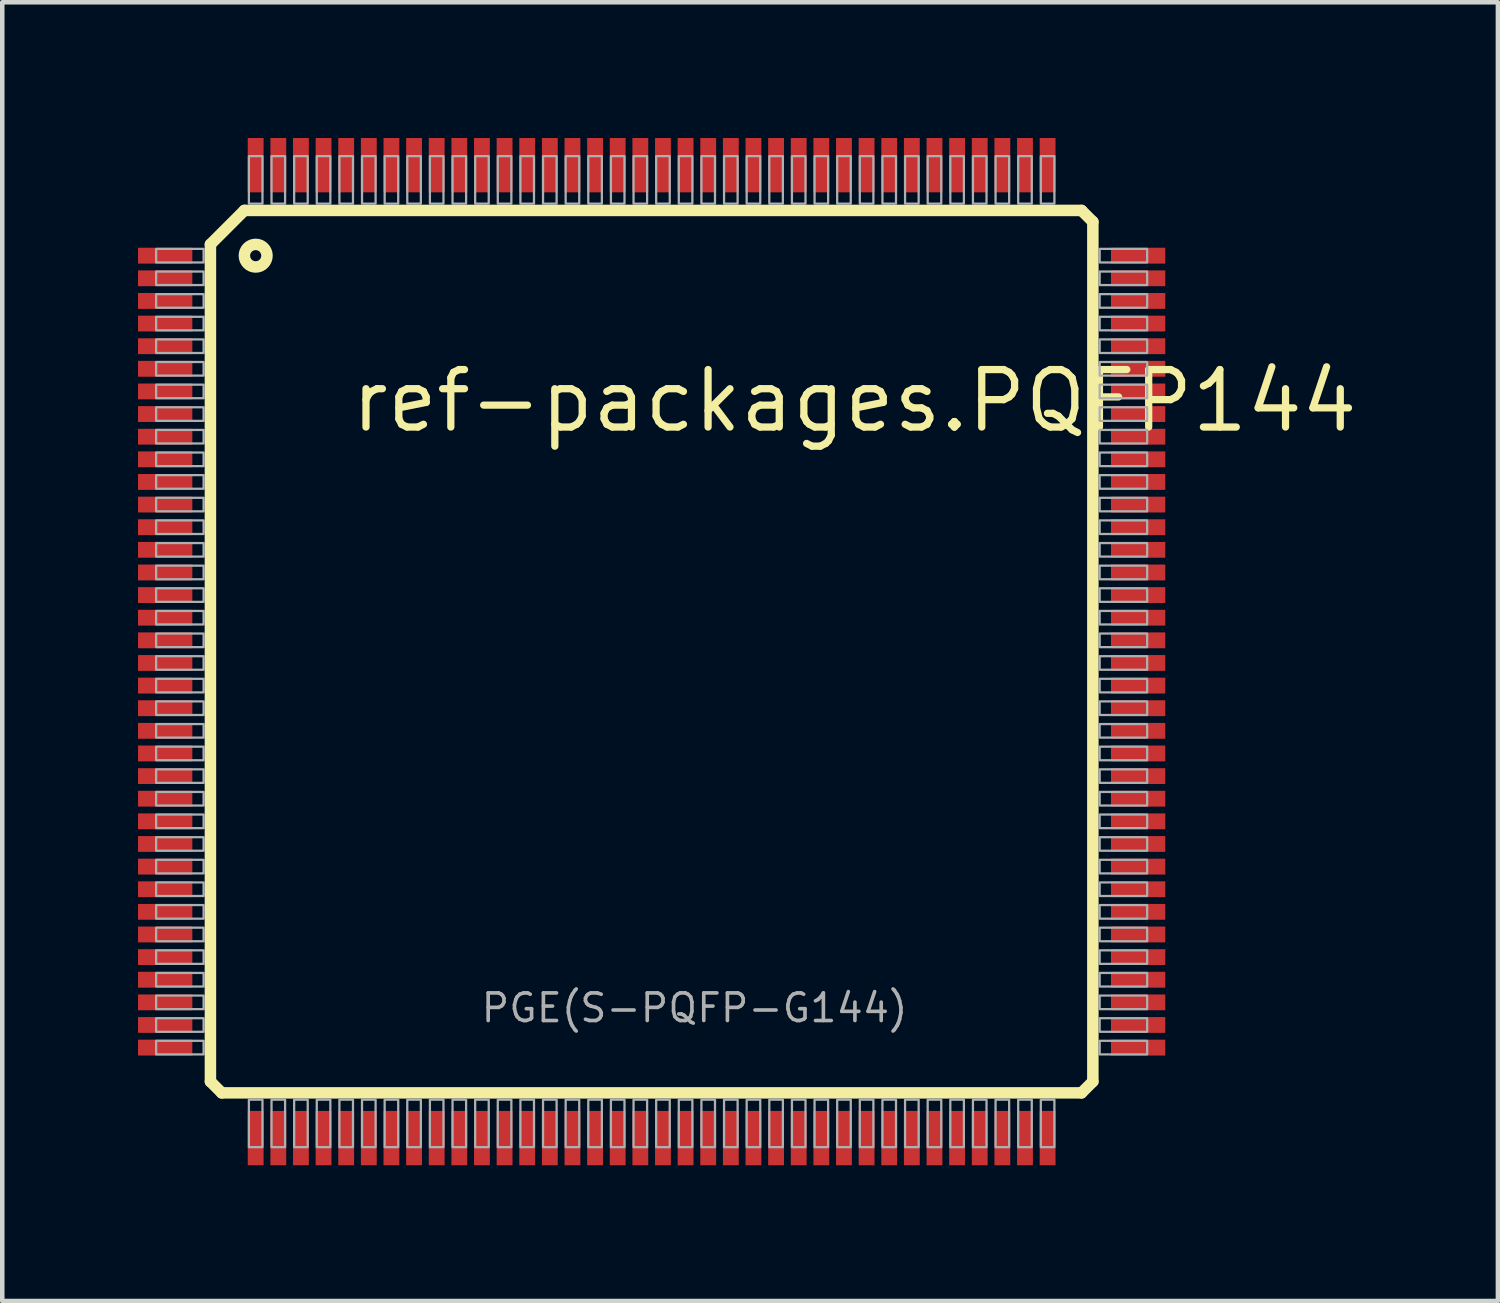
<source format=kicad_pcb>
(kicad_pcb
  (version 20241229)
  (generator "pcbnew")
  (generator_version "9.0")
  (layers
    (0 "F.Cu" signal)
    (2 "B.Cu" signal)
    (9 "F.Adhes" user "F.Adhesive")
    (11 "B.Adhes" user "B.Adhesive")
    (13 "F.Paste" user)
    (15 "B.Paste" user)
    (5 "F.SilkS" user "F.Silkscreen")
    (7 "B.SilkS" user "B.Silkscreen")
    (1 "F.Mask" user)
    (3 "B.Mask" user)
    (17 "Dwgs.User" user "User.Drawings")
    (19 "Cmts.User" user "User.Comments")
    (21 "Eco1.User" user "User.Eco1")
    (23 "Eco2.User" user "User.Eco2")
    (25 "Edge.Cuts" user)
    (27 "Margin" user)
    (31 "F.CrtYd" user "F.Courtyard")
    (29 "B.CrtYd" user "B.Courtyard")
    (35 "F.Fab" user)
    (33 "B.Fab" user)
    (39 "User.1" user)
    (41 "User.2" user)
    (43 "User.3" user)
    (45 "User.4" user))
  (footprint "ref-packages.PQFP144"
    (layer "F.Cu")
    (at 11.35 11.35)
    (property "Reference" "ref-packages.PQFP144" (at -6.72 -4.8 0) (layer "F.SilkS") (effects (font (size 1.27 1.27) (thickness 0.16)) (justify left bottom)))
    (attr smd)
    (fp_line (start -9.75 -9) (end -9 -9.75) (stroke (width 0.254) (type default)) (layer "F.SilkS"))
    (fp_line (start -9.75 9.5) (end -9.75 -9) (stroke (width 0.254) (type default)) (layer "F.SilkS"))
    (fp_line (start -9.5 9.75) (end -9.75 9.5) (stroke (width 0.254) (type default)) (layer "F.SilkS"))
    (fp_line (start -9 -9.75) (end 9.5 -9.75) (stroke (width 0.254) (type default)) (layer "F.SilkS"))
    (fp_line (start 9.5 -9.75) (end 9.75 -9.5) (stroke (width 0.254) (type default)) (layer "F.SilkS"))
    (fp_line (start 9.5 9.75) (end -9.5 9.75) (stroke (width 0.254) (type default)) (layer "F.SilkS"))
    (fp_line (start 9.75 -9.5) (end 9.75 9.5) (stroke (width 0.254) (type default)) (layer "F.SilkS"))
    (fp_line (start 9.75 9.5) (end 9.5 9.75) (stroke (width 0.254) (type default)) (layer "F.SilkS"))
    (fp_circle (center -8.75 -8.75) (end -8.5 -8.75) (stroke (width 0.254) (type default)) (fill no) (layer "F.SilkS"))
    (fp_rect (start -10.95 -8.6) (end -9.9 -8.9) (stroke (width 0.05) (type default)) (fill no) (layer "F.Fab"))
    (fp_rect (start -10.95 -8.1) (end -9.9 -8.4) (stroke (width 0.05) (type default)) (fill no) (layer "F.Fab"))
    (fp_rect (start -10.95 -7.6) (end -9.9 -7.9) (stroke (width 0.05) (type default)) (fill no) (layer "F.Fab"))
    (fp_rect (start -10.95 -7.1) (end -9.9 -7.4) (stroke (width 0.05) (type default)) (fill no) (layer "F.Fab"))
    (fp_rect (start -10.95 -6.6) (end -9.9 -6.9) (stroke (width 0.05) (type default)) (fill no) (layer "F.Fab"))
    (fp_rect (start -10.95 -6.1) (end -9.9 -6.4) (stroke (width 0.05) (type default)) (fill no) (layer "F.Fab"))
    (fp_rect (start -10.95 -5.6) (end -9.9 -5.9) (stroke (width 0.05) (type default)) (fill no) (layer "F.Fab"))
    (fp_rect (start -10.95 -5.1) (end -9.9 -5.4) (stroke (width 0.05) (type default)) (fill no) (layer "F.Fab"))
    (fp_rect (start -10.95 -4.6) (end -9.9 -4.9) (stroke (width 0.05) (type default)) (fill no) (layer "F.Fab"))
    (fp_rect (start -10.95 -4.1) (end -9.9 -4.4) (stroke (width 0.05) (type default)) (fill no) (layer "F.Fab"))
    (fp_rect (start -10.95 -3.6) (end -9.9 -3.9) (stroke (width 0.05) (type default)) (fill no) (layer "F.Fab"))
    (fp_rect (start -10.95 -3.1) (end -9.9 -3.4) (stroke (width 0.05) (type default)) (fill no) (layer "F.Fab"))
    (fp_rect (start -10.95 -2.6) (end -9.9 -2.9) (stroke (width 0.05) (type default)) (fill no) (layer "F.Fab"))
    (fp_rect (start -10.95 -2.1) (end -9.9 -2.4) (stroke (width 0.05) (type default)) (fill no) (layer "F.Fab"))
    (fp_rect (start -10.95 -1.6) (end -9.9 -1.9) (stroke (width 0.05) (type default)) (fill no) (layer "F.Fab"))
    (fp_rect (start -10.95 -1.1) (end -9.9 -1.4) (stroke (width 0.05) (type default)) (fill no) (layer "F.Fab"))
    (fp_rect (start -10.95 -0.6) (end -9.9 -0.9) (stroke (width 0.05) (type default)) (fill no) (layer "F.Fab"))
    (fp_rect (start -10.95 -0.1) (end -9.9 -0.4) (stroke (width 0.05) (type default)) (fill no) (layer "F.Fab"))
    (fp_rect (start -10.95 0.4) (end -9.9 0.1) (stroke (width 0.05) (type default)) (fill no) (layer "F.Fab"))
    (fp_rect (start -10.95 0.9) (end -9.9 0.6) (stroke (width 0.05) (type default)) (fill no) (layer "F.Fab"))
    (fp_rect (start -10.95 1.4) (end -9.9 1.1) (stroke (width 0.05) (type default)) (fill no) (layer "F.Fab"))
    (fp_rect (start -10.95 1.9) (end -9.9 1.6) (stroke (width 0.05) (type default)) (fill no) (layer "F.Fab"))
    (fp_rect (start -10.95 2.4) (end -9.9 2.1) (stroke (width 0.05) (type default)) (fill no) (layer "F.Fab"))
    (fp_rect (start -10.95 2.9) (end -9.9 2.6) (stroke (width 0.05) (type default)) (fill no) (layer "F.Fab"))
    (fp_rect (start -10.95 3.4) (end -9.9 3.1) (stroke (width 0.05) (type default)) (fill no) (layer "F.Fab"))
    (fp_rect (start -10.95 3.9) (end -9.9 3.6) (stroke (width 0.05) (type default)) (fill no) (layer "F.Fab"))
    (fp_rect (start -10.95 4.4) (end -9.9 4.1) (stroke (width 0.05) (type default)) (fill no) (layer "F.Fab"))
    (fp_rect (start -10.95 4.9) (end -9.9 4.6) (stroke (width 0.05) (type default)) (fill no) (layer "F.Fab"))
    (fp_rect (start -10.95 5.4) (end -9.9 5.1) (stroke (width 0.05) (type default)) (fill no) (layer "F.Fab"))
    (fp_rect (start -10.95 5.9) (end -9.9 5.6) (stroke (width 0.05) (type default)) (fill no) (layer "F.Fab"))
    (fp_rect (start -10.95 6.4) (end -9.9 6.1) (stroke (width 0.05) (type default)) (fill no) (layer "F.Fab"))
    (fp_rect (start -10.95 6.9) (end -9.9 6.6) (stroke (width 0.05) (type default)) (fill no) (layer "F.Fab"))
    (fp_rect (start -10.95 7.4) (end -9.9 7.1) (stroke (width 0.05) (type default)) (fill no) (layer "F.Fab"))
    (fp_rect (start -10.95 7.9) (end -9.9 7.6) (stroke (width 0.05) (type default)) (fill no) (layer "F.Fab"))
    (fp_rect (start -10.95 8.4) (end -9.9 8.1) (stroke (width 0.05) (type default)) (fill no) (layer "F.Fab"))
    (fp_rect (start -10.95 8.9) (end -9.9 8.6) (stroke (width 0.05) (type default)) (fill no) (layer "F.Fab"))
    (fp_rect (start -8.9 -9.9) (end -8.6 -10.95) (stroke (width 0.05) (type default)) (fill no) (layer "F.Fab"))
    (fp_rect (start -8.9 10.95) (end -8.6 9.9) (stroke (width 0.05) (type default)) (fill no) (layer "F.Fab"))
    (fp_rect (start -8.4 -9.9) (end -8.1 -10.95) (stroke (width 0.05) (type default)) (fill no) (layer "F.Fab"))
    (fp_rect (start -8.4 10.95) (end -8.1 9.9) (stroke (width 0.05) (type default)) (fill no) (layer "F.Fab"))
    (fp_rect (start -7.9 -9.9) (end -7.6 -10.95) (stroke (width 0.05) (type default)) (fill no) (layer "F.Fab"))
    (fp_rect (start -7.9 10.95) (end -7.6 9.9) (stroke (width 0.05) (type default)) (fill no) (layer "F.Fab"))
    (fp_rect (start -7.4 -9.9) (end -7.1 -10.95) (stroke (width 0.05) (type default)) (fill no) (layer "F.Fab"))
    (fp_rect (start -7.4 10.95) (end -7.1 9.9) (stroke (width 0.05) (type default)) (fill no) (layer "F.Fab"))
    (fp_rect (start -6.9 -9.9) (end -6.6 -10.95) (stroke (width 0.05) (type default)) (fill no) (layer "F.Fab"))
    (fp_rect (start -6.9 10.95) (end -6.6 9.9) (stroke (width 0.05) (type default)) (fill no) (layer "F.Fab"))
    (fp_rect (start -6.4 -9.9) (end -6.1 -10.95) (stroke (width 0.05) (type default)) (fill no) (layer "F.Fab"))
    (fp_rect (start -6.4 10.95) (end -6.1 9.9) (stroke (width 0.05) (type default)) (fill no) (layer "F.Fab"))
    (fp_rect (start -5.9 -9.9) (end -5.6 -10.95) (stroke (width 0.05) (type default)) (fill no) (layer "F.Fab"))
    (fp_rect (start -5.9 10.95) (end -5.6 9.9) (stroke (width 0.05) (type default)) (fill no) (layer "F.Fab"))
    (fp_rect (start -5.4 -9.9) (end -5.1 -10.95) (stroke (width 0.05) (type default)) (fill no) (layer "F.Fab"))
    (fp_rect (start -5.4 10.95) (end -5.1 9.9) (stroke (width 0.05) (type default)) (fill no) (layer "F.Fab"))
    (fp_rect (start -4.9 -9.9) (end -4.6 -10.95) (stroke (width 0.05) (type default)) (fill no) (layer "F.Fab"))
    (fp_rect (start -4.9 10.95) (end -4.6 9.9) (stroke (width 0.05) (type default)) (fill no) (layer "F.Fab"))
    (fp_rect (start -4.4 -9.9) (end -4.1 -10.95) (stroke (width 0.05) (type default)) (fill no) (layer "F.Fab"))
    (fp_rect (start -4.4 10.95) (end -4.1 9.9) (stroke (width 0.05) (type default)) (fill no) (layer "F.Fab"))
    (fp_rect (start -3.9 -9.9) (end -3.6 -10.95) (stroke (width 0.05) (type default)) (fill no) (layer "F.Fab"))
    (fp_rect (start -3.9 10.95) (end -3.6 9.9) (stroke (width 0.05) (type default)) (fill no) (layer "F.Fab"))
    (fp_rect (start -3.4 -9.9) (end -3.1 -10.95) (stroke (width 0.05) (type default)) (fill no) (layer "F.Fab"))
    (fp_rect (start -3.4 10.95) (end -3.1 9.9) (stroke (width 0.05) (type default)) (fill no) (layer "F.Fab"))
    (fp_rect (start -2.9 -9.9) (end -2.6 -10.95) (stroke (width 0.05) (type default)) (fill no) (layer "F.Fab"))
    (fp_rect (start -2.9 10.95) (end -2.6 9.9) (stroke (width 0.05) (type default)) (fill no) (layer "F.Fab"))
    (fp_rect (start -2.4 -9.9) (end -2.1 -10.95) (stroke (width 0.05) (type default)) (fill no) (layer "F.Fab"))
    (fp_rect (start -2.4 10.95) (end -2.1 9.9) (stroke (width 0.05) (type default)) (fill no) (layer "F.Fab"))
    (fp_rect (start -1.9 -9.9) (end -1.6 -10.95) (stroke (width 0.05) (type default)) (fill no) (layer "F.Fab"))
    (fp_rect (start -1.9 10.95) (end -1.6 9.9) (stroke (width 0.05) (type default)) (fill no) (layer "F.Fab"))
    (fp_rect (start -1.4 -9.9) (end -1.1 -10.95) (stroke (width 0.05) (type default)) (fill no) (layer "F.Fab"))
    (fp_rect (start -1.4 10.95) (end -1.1 9.9) (stroke (width 0.05) (type default)) (fill no) (layer "F.Fab"))
    (fp_rect (start -0.9 -9.9) (end -0.6 -10.95) (stroke (width 0.05) (type default)) (fill no) (layer "F.Fab"))
    (fp_rect (start -0.9 10.95) (end -0.6 9.9) (stroke (width 0.05) (type default)) (fill no) (layer "F.Fab"))
    (fp_rect (start -0.4 -9.9) (end -0.1 -10.95) (stroke (width 0.05) (type default)) (fill no) (layer "F.Fab"))
    (fp_rect (start -0.4 10.95) (end -0.1 9.9) (stroke (width 0.05) (type default)) (fill no) (layer "F.Fab"))
    (fp_rect (start 0.1 -9.9) (end 0.4 -10.95) (stroke (width 0.05) (type default)) (fill no) (layer "F.Fab"))
    (fp_rect (start 0.1 10.95) (end 0.4 9.9) (stroke (width 0.05) (type default)) (fill no) (layer "F.Fab"))
    (fp_rect (start 0.6 -9.9) (end 0.9 -10.95) (stroke (width 0.05) (type default)) (fill no) (layer "F.Fab"))
    (fp_rect (start 0.6 10.95) (end 0.9 9.9) (stroke (width 0.05) (type default)) (fill no) (layer "F.Fab"))
    (fp_rect (start 1.1 -9.9) (end 1.4 -10.95) (stroke (width 0.05) (type default)) (fill no) (layer "F.Fab"))
    (fp_rect (start 1.1 10.95) (end 1.4 9.9) (stroke (width 0.05) (type default)) (fill no) (layer "F.Fab"))
    (fp_rect (start 1.6 -9.9) (end 1.9 -10.95) (stroke (width 0.05) (type default)) (fill no) (layer "F.Fab"))
    (fp_rect (start 1.6 10.95) (end 1.9 9.9) (stroke (width 0.05) (type default)) (fill no) (layer "F.Fab"))
    (fp_rect (start 2.1 -9.9) (end 2.4 -10.95) (stroke (width 0.05) (type default)) (fill no) (layer "F.Fab"))
    (fp_rect (start 2.1 10.95) (end 2.4 9.9) (stroke (width 0.05) (type default)) (fill no) (layer "F.Fab"))
    (fp_rect (start 2.6 -9.9) (end 2.9 -10.95) (stroke (width 0.05) (type default)) (fill no) (layer "F.Fab"))
    (fp_rect (start 2.6 10.95) (end 2.9 9.9) (stroke (width 0.05) (type default)) (fill no) (layer "F.Fab"))
    (fp_rect (start 3.1 -9.9) (end 3.4 -10.95) (stroke (width 0.05) (type default)) (fill no) (layer "F.Fab"))
    (fp_rect (start 3.1 10.95) (end 3.4 9.9) (stroke (width 0.05) (type default)) (fill no) (layer "F.Fab"))
    (fp_rect (start 3.6 -9.9) (end 3.9 -10.95) (stroke (width 0.05) (type default)) (fill no) (layer "F.Fab"))
    (fp_rect (start 3.6 10.95) (end 3.9 9.9) (stroke (width 0.05) (type default)) (fill no) (layer "F.Fab"))
    (fp_rect (start 4.1 -9.9) (end 4.4 -10.95) (stroke (width 0.05) (type default)) (fill no) (layer "F.Fab"))
    (fp_rect (start 4.1 10.95) (end 4.4 9.9) (stroke (width 0.05) (type default)) (fill no) (layer "F.Fab"))
    (fp_rect (start 4.6 -9.9) (end 4.9 -10.95) (stroke (width 0.05) (type default)) (fill no) (layer "F.Fab"))
    (fp_rect (start 4.6 10.95) (end 4.9 9.9) (stroke (width 0.05) (type default)) (fill no) (layer "F.Fab"))
    (fp_rect (start 5.1 -9.9) (end 5.4 -10.95) (stroke (width 0.05) (type default)) (fill no) (layer "F.Fab"))
    (fp_rect (start 5.1 10.95) (end 5.4 9.9) (stroke (width 0.05) (type default)) (fill no) (layer "F.Fab"))
    (fp_rect (start 5.6 -9.9) (end 5.9 -10.95) (stroke (width 0.05) (type default)) (fill no) (layer "F.Fab"))
    (fp_rect (start 5.6 10.95) (end 5.9 9.9) (stroke (width 0.05) (type default)) (fill no) (layer "F.Fab"))
    (fp_rect (start 6.1 -9.9) (end 6.4 -10.95) (stroke (width 0.05) (type default)) (fill no) (layer "F.Fab"))
    (fp_rect (start 6.1 10.95) (end 6.4 9.9) (stroke (width 0.05) (type default)) (fill no) (layer "F.Fab"))
    (fp_rect (start 6.6 -9.9) (end 6.9 -10.95) (stroke (width 0.05) (type default)) (fill no) (layer "F.Fab"))
    (fp_rect (start 6.6 10.95) (end 6.9 9.9) (stroke (width 0.05) (type default)) (fill no) (layer "F.Fab"))
    (fp_rect (start 7.1 -9.9) (end 7.4 -10.95) (stroke (width 0.05) (type default)) (fill no) (layer "F.Fab"))
    (fp_rect (start 7.1 10.95) (end 7.4 9.9) (stroke (width 0.05) (type default)) (fill no) (layer "F.Fab"))
    (fp_rect (start 7.6 -9.9) (end 7.9 -10.95) (stroke (width 0.05) (type default)) (fill no) (layer "F.Fab"))
    (fp_rect (start 7.6 10.95) (end 7.9 9.9) (stroke (width 0.05) (type default)) (fill no) (layer "F.Fab"))
    (fp_rect (start 8.1 -9.9) (end 8.4 -10.95) (stroke (width 0.05) (type default)) (fill no) (layer "F.Fab"))
    (fp_rect (start 8.1 10.95) (end 8.4 9.9) (stroke (width 0.05) (type default)) (fill no) (layer "F.Fab"))
    (fp_rect (start 8.6 -9.9) (end 8.9 -10.95) (stroke (width 0.05) (type default)) (fill no) (layer "F.Fab"))
    (fp_rect (start 8.6 10.95) (end 8.9 9.9) (stroke (width 0.05) (type default)) (fill no) (layer "F.Fab"))
    (fp_rect (start 9.9 -8.6) (end 10.95 -8.9) (stroke (width 0.05) (type default)) (fill no) (layer "F.Fab"))
    (fp_rect (start 9.9 -8.1) (end 10.95 -8.4) (stroke (width 0.05) (type default)) (fill no) (layer "F.Fab"))
    (fp_rect (start 9.9 -7.6) (end 10.95 -7.9) (stroke (width 0.05) (type default)) (fill no) (layer "F.Fab"))
    (fp_rect (start 9.9 -7.1) (end 10.95 -7.4) (stroke (width 0.05) (type default)) (fill no) (layer "F.Fab"))
    (fp_rect (start 9.9 -6.6) (end 10.95 -6.9) (stroke (width 0.05) (type default)) (fill no) (layer "F.Fab"))
    (fp_rect (start 9.9 -6.1) (end 10.95 -6.4) (stroke (width 0.05) (type default)) (fill no) (layer "F.Fab"))
    (fp_rect (start 9.9 -5.6) (end 10.95 -5.9) (stroke (width 0.05) (type default)) (fill no) (layer "F.Fab"))
    (fp_rect (start 9.9 -5.1) (end 10.95 -5.4) (stroke (width 0.05) (type default)) (fill no) (layer "F.Fab"))
    (fp_rect (start 9.9 -4.6) (end 10.95 -4.9) (stroke (width 0.05) (type default)) (fill no) (layer "F.Fab"))
    (fp_rect (start 9.9 -4.1) (end 10.95 -4.4) (stroke (width 0.05) (type default)) (fill no) (layer "F.Fab"))
    (fp_rect (start 9.9 -3.6) (end 10.95 -3.9) (stroke (width 0.05) (type default)) (fill no) (layer "F.Fab"))
    (fp_rect (start 9.9 -3.1) (end 10.95 -3.4) (stroke (width 0.05) (type default)) (fill no) (layer "F.Fab"))
    (fp_rect (start 9.9 -2.6) (end 10.95 -2.9) (stroke (width 0.05) (type default)) (fill no) (layer "F.Fab"))
    (fp_rect (start 9.9 -2.1) (end 10.95 -2.4) (stroke (width 0.05) (type default)) (fill no) (layer "F.Fab"))
    (fp_rect (start 9.9 -1.6) (end 10.95 -1.9) (stroke (width 0.05) (type default)) (fill no) (layer "F.Fab"))
    (fp_rect (start 9.9 -1.1) (end 10.95 -1.4) (stroke (width 0.05) (type default)) (fill no) (layer "F.Fab"))
    (fp_rect (start 9.9 -0.6) (end 10.95 -0.9) (stroke (width 0.05) (type default)) (fill no) (layer "F.Fab"))
    (fp_rect (start 9.9 -0.1) (end 10.95 -0.4) (stroke (width 0.05) (type default)) (fill no) (layer "F.Fab"))
    (fp_rect (start 9.9 0.4) (end 10.95 0.1) (stroke (width 0.05) (type default)) (fill no) (layer "F.Fab"))
    (fp_rect (start 9.9 0.9) (end 10.95 0.6) (stroke (width 0.05) (type default)) (fill no) (layer "F.Fab"))
    (fp_rect (start 9.9 1.4) (end 10.95 1.1) (stroke (width 0.05) (type default)) (fill no) (layer "F.Fab"))
    (fp_rect (start 9.9 1.9) (end 10.95 1.6) (stroke (width 0.05) (type default)) (fill no) (layer "F.Fab"))
    (fp_rect (start 9.9 2.4) (end 10.95 2.1) (stroke (width 0.05) (type default)) (fill no) (layer "F.Fab"))
    (fp_rect (start 9.9 2.9) (end 10.95 2.6) (stroke (width 0.05) (type default)) (fill no) (layer "F.Fab"))
    (fp_rect (start 9.9 3.4) (end 10.95 3.1) (stroke (width 0.05) (type default)) (fill no) (layer "F.Fab"))
    (fp_rect (start 9.9 3.9) (end 10.95 3.6) (stroke (width 0.05) (type default)) (fill no) (layer "F.Fab"))
    (fp_rect (start 9.9 4.4) (end 10.95 4.1) (stroke (width 0.05) (type default)) (fill no) (layer "F.Fab"))
    (fp_rect (start 9.9 4.9) (end 10.95 4.6) (stroke (width 0.05) (type default)) (fill no) (layer "F.Fab"))
    (fp_rect (start 9.9 5.4) (end 10.95 5.1) (stroke (width 0.05) (type default)) (fill no) (layer "F.Fab"))
    (fp_rect (start 9.9 5.9) (end 10.95 5.6) (stroke (width 0.05) (type default)) (fill no) (layer "F.Fab"))
    (fp_rect (start 9.9 6.4) (end 10.95 6.1) (stroke (width 0.05) (type default)) (fill no) (layer "F.Fab"))
    (fp_rect (start 9.9 6.9) (end 10.95 6.6) (stroke (width 0.05) (type default)) (fill no) (layer "F.Fab"))
    (fp_rect (start 9.9 7.4) (end 10.95 7.1) (stroke (width 0.05) (type default)) (fill no) (layer "F.Fab"))
    (fp_rect (start 9.9 7.9) (end 10.95 7.6) (stroke (width 0.05) (type default)) (fill no) (layer "F.Fab"))
    (fp_rect (start 9.9 8.4) (end 10.95 8.1) (stroke (width 0.05) (type default)) (fill no) (layer "F.Fab"))
    (fp_rect (start 9.9 8.9) (end 10.95 8.6) (stroke (width 0.05) (type default)) (fill no) (layer "F.Fab"))
    (fp_text user "PGE(S-PQFP-G144)" (at -3.81 8.23 0) (layer "F.Fab") (effects (font (size 0.61 0.61) (thickness 0.08)) (justify left bottom)))
    (pad "1" smd roundrect (at -10.75 -8.75) (size 1.2 0.35) (layers "F.Cu" "F.Mask" "F.Paste") (roundrect_rratio 0.01))
    (pad "2" smd roundrect (at -10.75 -8.25) (size 1.2 0.35) (layers "F.Cu" "F.Mask" "F.Paste") (roundrect_rratio 0.01))
    (pad "3" smd roundrect (at -10.75 -7.75) (size 1.2 0.35) (layers "F.Cu" "F.Mask" "F.Paste") (roundrect_rratio 0.01))
    (pad "4" smd roundrect (at -10.75 -7.25) (size 1.2 0.35) (layers "F.Cu" "F.Mask" "F.Paste") (roundrect_rratio 0.01))
    (pad "5" smd roundrect (at -10.75 -6.75) (size 1.2 0.35) (layers "F.Cu" "F.Mask" "F.Paste") (roundrect_rratio 0.01))
    (pad "6" smd roundrect (at -10.75 -6.25) (size 1.2 0.35) (layers "F.Cu" "F.Mask" "F.Paste") (roundrect_rratio 0.01))
    (pad "7" smd roundrect (at -10.75 -5.75) (size 1.2 0.35) (layers "F.Cu" "F.Mask" "F.Paste") (roundrect_rratio 0.01))
    (pad "8" smd roundrect (at -10.75 -5.25) (size 1.2 0.35) (layers "F.Cu" "F.Mask" "F.Paste") (roundrect_rratio 0.01))
    (pad "9" smd roundrect (at -10.75 -4.75) (size 1.2 0.35) (layers "F.Cu" "F.Mask" "F.Paste") (roundrect_rratio 0.01))
    (pad "10" smd roundrect (at -10.75 -4.25) (size 1.2 0.35) (layers "F.Cu" "F.Mask" "F.Paste") (roundrect_rratio 0.01))
    (pad "11" smd roundrect (at -10.75 -3.75) (size 1.2 0.35) (layers "F.Cu" "F.Mask" "F.Paste") (roundrect_rratio 0.01))
    (pad "12" smd roundrect (at -10.75 -3.25) (size 1.2 0.35) (layers "F.Cu" "F.Mask" "F.Paste") (roundrect_rratio 0.01))
    (pad "13" smd roundrect (at -10.75 -2.75) (size 1.2 0.35) (layers "F.Cu" "F.Mask" "F.Paste") (roundrect_rratio 0.01))
    (pad "14" smd roundrect (at -10.75 -2.25) (size 1.2 0.35) (layers "F.Cu" "F.Mask" "F.Paste") (roundrect_rratio 0.01))
    (pad "15" smd roundrect (at -10.75 -1.75) (size 1.2 0.35) (layers "F.Cu" "F.Mask" "F.Paste") (roundrect_rratio 0.01))
    (pad "16" smd roundrect (at -10.75 -1.25) (size 1.2 0.35) (layers "F.Cu" "F.Mask" "F.Paste") (roundrect_rratio 0.01))
    (pad "17" smd roundrect (at -10.75 -0.75) (size 1.2 0.35) (layers "F.Cu" "F.Mask" "F.Paste") (roundrect_rratio 0.01))
    (pad "18" smd roundrect (at -10.75 -0.25) (size 1.2 0.35) (layers "F.Cu" "F.Mask" "F.Paste") (roundrect_rratio 0.01))
    (pad "19" smd roundrect (at -10.75 0.25) (size 1.2 0.35) (layers "F.Cu" "F.Mask" "F.Paste") (roundrect_rratio 0.01))
    (pad "20" smd roundrect (at -10.75 0.75) (size 1.2 0.35) (layers "F.Cu" "F.Mask" "F.Paste") (roundrect_rratio 0.01))
    (pad "21" smd roundrect (at -10.75 1.25) (size 1.2 0.35) (layers "F.Cu" "F.Mask" "F.Paste") (roundrect_rratio 0.01))
    (pad "22" smd roundrect (at -10.75 1.75) (size 1.2 0.35) (layers "F.Cu" "F.Mask" "F.Paste") (roundrect_rratio 0.01))
    (pad "23" smd roundrect (at -10.75 2.25) (size 1.2 0.35) (layers "F.Cu" "F.Mask" "F.Paste") (roundrect_rratio 0.01))
    (pad "24" smd roundrect (at -10.75 2.75) (size 1.2 0.35) (layers "F.Cu" "F.Mask" "F.Paste") (roundrect_rratio 0.01))
    (pad "25" smd roundrect (at -10.75 3.25) (size 1.2 0.35) (layers "F.Cu" "F.Mask" "F.Paste") (roundrect_rratio 0.01))
    (pad "26" smd roundrect (at -10.75 3.75) (size 1.2 0.35) (layers "F.Cu" "F.Mask" "F.Paste") (roundrect_rratio 0.01))
    (pad "27" smd roundrect (at -10.75 4.25) (size 1.2 0.35) (layers "F.Cu" "F.Mask" "F.Paste") (roundrect_rratio 0.01))
    (pad "28" smd roundrect (at -10.75 4.75) (size 1.2 0.35) (layers "F.Cu" "F.Mask" "F.Paste") (roundrect_rratio 0.01))
    (pad "29" smd roundrect (at -10.75 5.25) (size 1.2 0.35) (layers "F.Cu" "F.Mask" "F.Paste") (roundrect_rratio 0.01))
    (pad "30" smd roundrect (at -10.75 5.75) (size 1.2 0.35) (layers "F.Cu" "F.Mask" "F.Paste") (roundrect_rratio 0.01))
    (pad "31" smd roundrect (at -10.75 6.25) (size 1.2 0.35) (layers "F.Cu" "F.Mask" "F.Paste") (roundrect_rratio 0.01))
    (pad "32" smd roundrect (at -10.75 6.75) (size 1.2 0.35) (layers "F.Cu" "F.Mask" "F.Paste") (roundrect_rratio 0.01))
    (pad "33" smd roundrect (at -10.75 7.25) (size 1.2 0.35) (layers "F.Cu" "F.Mask" "F.Paste") (roundrect_rratio 0.01))
    (pad "34" smd roundrect (at -10.75 7.75) (size 1.2 0.35) (layers "F.Cu" "F.Mask" "F.Paste") (roundrect_rratio 0.01))
    (pad "35" smd roundrect (at -10.75 8.25) (size 1.2 0.35) (layers "F.Cu" "F.Mask" "F.Paste") (roundrect_rratio 0.01))
    (pad "36" smd roundrect (at -10.75 8.75) (size 1.2 0.35) (layers "F.Cu" "F.Mask" "F.Paste") (roundrect_rratio 0.01))
    (pad "37" smd roundrect (at -8.75 10.75) (size 0.35 1.2) (layers "F.Cu" "F.Mask" "F.Paste") (roundrect_rratio 0.01))
    (pad "38" smd roundrect (at -8.25 10.75) (size 0.35 1.2) (layers "F.Cu" "F.Mask" "F.Paste") (roundrect_rratio 0.01))
    (pad "39" smd roundrect (at -7.75 10.75) (size 0.35 1.2) (layers "F.Cu" "F.Mask" "F.Paste") (roundrect_rratio 0.01))
    (pad "40" smd roundrect (at -7.25 10.75) (size 0.35 1.2) (layers "F.Cu" "F.Mask" "F.Paste") (roundrect_rratio 0.01))
    (pad "41" smd roundrect (at -6.75 10.75) (size 0.35 1.2) (layers "F.Cu" "F.Mask" "F.Paste") (roundrect_rratio 0.01))
    (pad "42" smd roundrect (at -6.25 10.75) (size 0.35 1.2) (layers "F.Cu" "F.Mask" "F.Paste") (roundrect_rratio 0.01))
    (pad "43" smd roundrect (at -5.75 10.75) (size 0.35 1.2) (layers "F.Cu" "F.Mask" "F.Paste") (roundrect_rratio 0.01))
    (pad "44" smd roundrect (at -5.25 10.75) (size 0.35 1.2) (layers "F.Cu" "F.Mask" "F.Paste") (roundrect_rratio 0.01))
    (pad "45" smd roundrect (at -4.75 10.75) (size 0.35 1.2) (layers "F.Cu" "F.Mask" "F.Paste") (roundrect_rratio 0.01))
    (pad "46" smd roundrect (at -4.25 10.75) (size 0.35 1.2) (layers "F.Cu" "F.Mask" "F.Paste") (roundrect_rratio 0.01))
    (pad "47" smd roundrect (at -3.75 10.75) (size 0.35 1.2) (layers "F.Cu" "F.Mask" "F.Paste") (roundrect_rratio 0.01))
    (pad "48" smd roundrect (at -3.25 10.75) (size 0.35 1.2) (layers "F.Cu" "F.Mask" "F.Paste") (roundrect_rratio 0.01))
    (pad "49" smd roundrect (at -2.75 10.75) (size 0.35 1.2) (layers "F.Cu" "F.Mask" "F.Paste") (roundrect_rratio 0.01))
    (pad "50" smd roundrect (at -2.25 10.75) (size 0.35 1.2) (layers "F.Cu" "F.Mask" "F.Paste") (roundrect_rratio 0.01))
    (pad "51" smd roundrect (at -1.75 10.75) (size 0.35 1.2) (layers "F.Cu" "F.Mask" "F.Paste") (roundrect_rratio 0.01))
    (pad "52" smd roundrect (at -1.25 10.75) (size 0.35 1.2) (layers "F.Cu" "F.Mask" "F.Paste") (roundrect_rratio 0.01))
    (pad "53" smd roundrect (at -0.75 10.75) (size 0.35 1.2) (layers "F.Cu" "F.Mask" "F.Paste") (roundrect_rratio 0.01))
    (pad "54" smd roundrect (at -0.25 10.75) (size 0.35 1.2) (layers "F.Cu" "F.Mask" "F.Paste") (roundrect_rratio 0.01))
    (pad "55" smd roundrect (at 0.25 10.75) (size 0.35 1.2) (layers "F.Cu" "F.Mask" "F.Paste") (roundrect_rratio 0.01))
    (pad "56" smd roundrect (at 0.75 10.75) (size 0.35 1.2) (layers "F.Cu" "F.Mask" "F.Paste") (roundrect_rratio 0.01))
    (pad "57" smd roundrect (at 1.25 10.75) (size 0.35 1.2) (layers "F.Cu" "F.Mask" "F.Paste") (roundrect_rratio 0.01))
    (pad "58" smd roundrect (at 1.75 10.75) (size 0.35 1.2) (layers "F.Cu" "F.Mask" "F.Paste") (roundrect_rratio 0.01))
    (pad "59" smd roundrect (at 2.25 10.75) (size 0.35 1.2) (layers "F.Cu" "F.Mask" "F.Paste") (roundrect_rratio 0.01))
    (pad "60" smd roundrect (at 2.75 10.75) (size 0.35 1.2) (layers "F.Cu" "F.Mask" "F.Paste") (roundrect_rratio 0.01))
    (pad "61" smd roundrect (at 3.25 10.75) (size 0.35 1.2) (layers "F.Cu" "F.Mask" "F.Paste") (roundrect_rratio 0.01))
    (pad "62" smd roundrect (at 3.75 10.75) (size 0.35 1.2) (layers "F.Cu" "F.Mask" "F.Paste") (roundrect_rratio 0.01))
    (pad "63" smd roundrect (at 4.25 10.75) (size 0.35 1.2) (layers "F.Cu" "F.Mask" "F.Paste") (roundrect_rratio 0.01))
    (pad "64" smd roundrect (at 4.75 10.75) (size 0.35 1.2) (layers "F.Cu" "F.Mask" "F.Paste") (roundrect_rratio 0.01))
    (pad "65" smd roundrect (at 5.25 10.75) (size 0.35 1.2) (layers "F.Cu" "F.Mask" "F.Paste") (roundrect_rratio 0.01))
    (pad "66" smd roundrect (at 5.75 10.75) (size 0.35 1.2) (layers "F.Cu" "F.Mask" "F.Paste") (roundrect_rratio 0.01))
    (pad "67" smd roundrect (at 6.25 10.75) (size 0.35 1.2) (layers "F.Cu" "F.Mask" "F.Paste") (roundrect_rratio 0.01))
    (pad "68" smd roundrect (at 6.75 10.75) (size 0.35 1.2) (layers "F.Cu" "F.Mask" "F.Paste") (roundrect_rratio 0.01))
    (pad "69" smd roundrect (at 7.25 10.75) (size 0.35 1.2) (layers "F.Cu" "F.Mask" "F.Paste") (roundrect_rratio 0.01))
    (pad "70" smd roundrect (at 7.75 10.75) (size 0.35 1.2) (layers "F.Cu" "F.Mask" "F.Paste") (roundrect_rratio 0.01))
    (pad "71" smd roundrect (at 8.25 10.75) (size 0.35 1.2) (layers "F.Cu" "F.Mask" "F.Paste") (roundrect_rratio 0.01))
    (pad "72" smd roundrect (at 8.75 10.75) (size 0.35 1.2) (layers "F.Cu" "F.Mask" "F.Paste") (roundrect_rratio 0.01))
    (pad "73" smd roundrect (at 10.75 8.75) (size 1.2 0.35) (layers "F.Cu" "F.Mask" "F.Paste") (roundrect_rratio 0.01))
    (pad "74" smd roundrect (at 10.75 8.25) (size 1.2 0.35) (layers "F.Cu" "F.Mask" "F.Paste") (roundrect_rratio 0.01))
    (pad "75" smd roundrect (at 10.75 7.75) (size 1.2 0.35) (layers "F.Cu" "F.Mask" "F.Paste") (roundrect_rratio 0.01))
    (pad "76" smd roundrect (at 10.75 7.25) (size 1.2 0.35) (layers "F.Cu" "F.Mask" "F.Paste") (roundrect_rratio 0.01))
    (pad "77" smd roundrect (at 10.75 6.75) (size 1.2 0.35) (layers "F.Cu" "F.Mask" "F.Paste") (roundrect_rratio 0.01))
    (pad "78" smd roundrect (at 10.75 6.25) (size 1.2 0.35) (layers "F.Cu" "F.Mask" "F.Paste") (roundrect_rratio 0.01))
    (pad "79" smd roundrect (at 10.75 5.75) (size 1.2 0.35) (layers "F.Cu" "F.Mask" "F.Paste") (roundrect_rratio 0.01))
    (pad "80" smd roundrect (at 10.75 5.25) (size 1.2 0.35) (layers "F.Cu" "F.Mask" "F.Paste") (roundrect_rratio 0.01))
    (pad "81" smd roundrect (at 10.75 4.75) (size 1.2 0.35) (layers "F.Cu" "F.Mask" "F.Paste") (roundrect_rratio 0.01))
    (pad "82" smd roundrect (at 10.75 4.25) (size 1.2 0.35) (layers "F.Cu" "F.Mask" "F.Paste") (roundrect_rratio 0.01))
    (pad "83" smd roundrect (at 10.75 3.75) (size 1.2 0.35) (layers "F.Cu" "F.Mask" "F.Paste") (roundrect_rratio 0.01))
    (pad "84" smd roundrect (at 10.75 3.25) (size 1.2 0.35) (layers "F.Cu" "F.Mask" "F.Paste") (roundrect_rratio 0.01))
    (pad "85" smd roundrect (at 10.75 2.75) (size 1.2 0.35) (layers "F.Cu" "F.Mask" "F.Paste") (roundrect_rratio 0.01))
    (pad "86" smd roundrect (at 10.75 2.25) (size 1.2 0.35) (layers "F.Cu" "F.Mask" "F.Paste") (roundrect_rratio 0.01))
    (pad "87" smd roundrect (at 10.75 1.75) (size 1.2 0.35) (layers "F.Cu" "F.Mask" "F.Paste") (roundrect_rratio 0.01))
    (pad "88" smd roundrect (at 10.75 1.25) (size 1.2 0.35) (layers "F.Cu" "F.Mask" "F.Paste") (roundrect_rratio 0.01))
    (pad "89" smd roundrect (at 10.75 0.75) (size 1.2 0.35) (layers "F.Cu" "F.Mask" "F.Paste") (roundrect_rratio 0.01))
    (pad "90" smd roundrect (at 10.75 0.25) (size 1.2 0.35) (layers "F.Cu" "F.Mask" "F.Paste") (roundrect_rratio 0.01))
    (pad "91" smd roundrect (at 10.75 -0.25) (size 1.2 0.35) (layers "F.Cu" "F.Mask" "F.Paste") (roundrect_rratio 0.01))
    (pad "92" smd roundrect (at 10.75 -0.75) (size 1.2 0.35) (layers "F.Cu" "F.Mask" "F.Paste") (roundrect_rratio 0.01))
    (pad "93" smd roundrect (at 10.75 -1.25) (size 1.2 0.35) (layers "F.Cu" "F.Mask" "F.Paste") (roundrect_rratio 0.01))
    (pad "94" smd roundrect (at 10.75 -1.75) (size 1.2 0.35) (layers "F.Cu" "F.Mask" "F.Paste") (roundrect_rratio 0.01))
    (pad "95" smd roundrect (at 10.75 -2.25) (size 1.2 0.35) (layers "F.Cu" "F.Mask" "F.Paste") (roundrect_rratio 0.01))
    (pad "96" smd roundrect (at 10.75 -2.75) (size 1.2 0.35) (layers "F.Cu" "F.Mask" "F.Paste") (roundrect_rratio 0.01))
    (pad "97" smd roundrect (at 10.75 -3.25) (size 1.2 0.35) (layers "F.Cu" "F.Mask" "F.Paste") (roundrect_rratio 0.01))
    (pad "98" smd roundrect (at 10.75 -3.75) (size 1.2 0.35) (layers "F.Cu" "F.Mask" "F.Paste") (roundrect_rratio 0.01))
    (pad "99" smd roundrect (at 10.75 -4.25) (size 1.2 0.35) (layers "F.Cu" "F.Mask" "F.Paste") (roundrect_rratio 0.01))
    (pad "100" smd roundrect (at 10.75 -4.75) (size 1.2 0.35) (layers "F.Cu" "F.Mask" "F.Paste") (roundrect_rratio 0.01))
    (pad "101" smd roundrect (at 10.75 -5.25) (size 1.2 0.35) (layers "F.Cu" "F.Mask" "F.Paste") (roundrect_rratio 0.01))
    (pad "102" smd roundrect (at 10.75 -5.75) (size 1.2 0.35) (layers "F.Cu" "F.Mask" "F.Paste") (roundrect_rratio 0.01))
    (pad "103" smd roundrect (at 10.75 -6.25) (size 1.2 0.35) (layers "F.Cu" "F.Mask" "F.Paste") (roundrect_rratio 0.01))
    (pad "104" smd roundrect (at 10.75 -6.75) (size 1.2 0.35) (layers "F.Cu" "F.Mask" "F.Paste") (roundrect_rratio 0.01))
    (pad "105" smd roundrect (at 10.75 -7.25) (size 1.2 0.35) (layers "F.Cu" "F.Mask" "F.Paste") (roundrect_rratio 0.01))
    (pad "106" smd roundrect (at 10.75 -7.75) (size 1.2 0.35) (layers "F.Cu" "F.Mask" "F.Paste") (roundrect_rratio 0.01))
    (pad "107" smd roundrect (at 10.75 -8.25) (size 1.2 0.35) (layers "F.Cu" "F.Mask" "F.Paste") (roundrect_rratio 0.01))
    (pad "108" smd roundrect (at 10.75 -8.75) (size 1.2 0.35) (layers "F.Cu" "F.Mask" "F.Paste") (roundrect_rratio 0.01))
    (pad "109" smd roundrect (at 8.75 -10.75) (size 0.35 1.2) (layers "F.Cu" "F.Mask" "F.Paste") (roundrect_rratio 0.01))
    (pad "110" smd roundrect (at 8.25 -10.75) (size 0.35 1.2) (layers "F.Cu" "F.Mask" "F.Paste") (roundrect_rratio 0.01))
    (pad "111" smd roundrect (at 7.75 -10.75) (size 0.35 1.2) (layers "F.Cu" "F.Mask" "F.Paste") (roundrect_rratio 0.01))
    (pad "112" smd roundrect (at 7.25 -10.75) (size 0.35 1.2) (layers "F.Cu" "F.Mask" "F.Paste") (roundrect_rratio 0.01))
    (pad "113" smd roundrect (at 6.75 -10.75) (size 0.35 1.2) (layers "F.Cu" "F.Mask" "F.Paste") (roundrect_rratio 0.01))
    (pad "114" smd roundrect (at 6.25 -10.75) (size 0.35 1.2) (layers "F.Cu" "F.Mask" "F.Paste") (roundrect_rratio 0.01))
    (pad "115" smd roundrect (at 5.75 -10.75) (size 0.35 1.2) (layers "F.Cu" "F.Mask" "F.Paste") (roundrect_rratio 0.01))
    (pad "116" smd roundrect (at 5.25 -10.75) (size 0.35 1.2) (layers "F.Cu" "F.Mask" "F.Paste") (roundrect_rratio 0.01))
    (pad "117" smd roundrect (at 4.75 -10.75) (size 0.35 1.2) (layers "F.Cu" "F.Mask" "F.Paste") (roundrect_rratio 0.01))
    (pad "118" smd roundrect (at 4.25 -10.75) (size 0.35 1.2) (layers "F.Cu" "F.Mask" "F.Paste") (roundrect_rratio 0.01))
    (pad "119" smd roundrect (at 3.75 -10.75) (size 0.35 1.2) (layers "F.Cu" "F.Mask" "F.Paste") (roundrect_rratio 0.01))
    (pad "120" smd roundrect (at 3.25 -10.75) (size 0.35 1.2) (layers "F.Cu" "F.Mask" "F.Paste") (roundrect_rratio 0.01))
    (pad "121" smd roundrect (at 2.75 -10.75) (size 0.35 1.2) (layers "F.Cu" "F.Mask" "F.Paste") (roundrect_rratio 0.01))
    (pad "122" smd roundrect (at 2.25 -10.75) (size 0.35 1.2) (layers "F.Cu" "F.Mask" "F.Paste") (roundrect_rratio 0.01))
    (pad "123" smd roundrect (at 1.75 -10.75) (size 0.35 1.2) (layers "F.Cu" "F.Mask" "F.Paste") (roundrect_rratio 0.01))
    (pad "124" smd roundrect (at 1.25 -10.75) (size 0.35 1.2) (layers "F.Cu" "F.Mask" "F.Paste") (roundrect_rratio 0.01))
    (pad "125" smd roundrect (at 0.75 -10.75) (size 0.35 1.2) (layers "F.Cu" "F.Mask" "F.Paste") (roundrect_rratio 0.01))
    (pad "126" smd roundrect (at 0.25 -10.75) (size 0.35 1.2) (layers "F.Cu" "F.Mask" "F.Paste") (roundrect_rratio 0.01))
    (pad "127" smd roundrect (at -0.25 -10.75) (size 0.35 1.2) (layers "F.Cu" "F.Mask" "F.Paste") (roundrect_rratio 0.01))
    (pad "128" smd roundrect (at -0.75 -10.75) (size 0.35 1.2) (layers "F.Cu" "F.Mask" "F.Paste") (roundrect_rratio 0.01))
    (pad "129" smd roundrect (at -1.25 -10.75) (size 0.35 1.2) (layers "F.Cu" "F.Mask" "F.Paste") (roundrect_rratio 0.01))
    (pad "130" smd roundrect (at -1.75 -10.75) (size 0.35 1.2) (layers "F.Cu" "F.Mask" "F.Paste") (roundrect_rratio 0.01))
    (pad "131" smd roundrect (at -2.25 -10.75) (size 0.35 1.2) (layers "F.Cu" "F.Mask" "F.Paste") (roundrect_rratio 0.01))
    (pad "132" smd roundrect (at -2.75 -10.75) (size 0.35 1.2) (layers "F.Cu" "F.Mask" "F.Paste") (roundrect_rratio 0.01))
    (pad "133" smd roundrect (at -3.25 -10.75) (size 0.35 1.2) (layers "F.Cu" "F.Mask" "F.Paste") (roundrect_rratio 0.01))
    (pad "134" smd roundrect (at -3.75 -10.75) (size 0.35 1.2) (layers "F.Cu" "F.Mask" "F.Paste") (roundrect_rratio 0.01))
    (pad "135" smd roundrect (at -4.25 -10.75) (size 0.35 1.2) (layers "F.Cu" "F.Mask" "F.Paste") (roundrect_rratio 0.01))
    (pad "136" smd roundrect (at -4.75 -10.75) (size 0.35 1.2) (layers "F.Cu" "F.Mask" "F.Paste") (roundrect_rratio 0.01))
    (pad "137" smd roundrect (at -5.25 -10.75) (size 0.35 1.2) (layers "F.Cu" "F.Mask" "F.Paste") (roundrect_rratio 0.01))
    (pad "138" smd roundrect (at -5.75 -10.75) (size 0.35 1.2) (layers "F.Cu" "F.Mask" "F.Paste") (roundrect_rratio 0.01))
    (pad "139" smd roundrect (at -6.25 -10.75) (size 0.35 1.2) (layers "F.Cu" "F.Mask" "F.Paste") (roundrect_rratio 0.01))
    (pad "140" smd roundrect (at -6.75 -10.75) (size 0.35 1.2) (layers "F.Cu" "F.Mask" "F.Paste") (roundrect_rratio 0.01))
    (pad "141" smd roundrect (at -7.25 -10.75) (size 0.35 1.2) (layers "F.Cu" "F.Mask" "F.Paste") (roundrect_rratio 0.01))
    (pad "142" smd roundrect (at -7.75 -10.75) (size 0.35 1.2) (layers "F.Cu" "F.Mask" "F.Paste") (roundrect_rratio 0.01))
    (pad "143" smd roundrect (at -8.25 -10.75) (size 0.35 1.2) (layers "F.Cu" "F.Mask" "F.Paste") (roundrect_rratio 0.01))
    (pad "144" smd roundrect (at -8.75 -10.75) (size 0.35 1.2) (layers "F.Cu" "F.Mask" "F.Paste") (roundrect_rratio 0.01)))
  (gr_rect
    (start -3 -3)
    (end 30.051 25.7)
    (stroke (width 0.1) (type default))
    (fill no)
    (layer "Edge.Cuts")))
</source>
